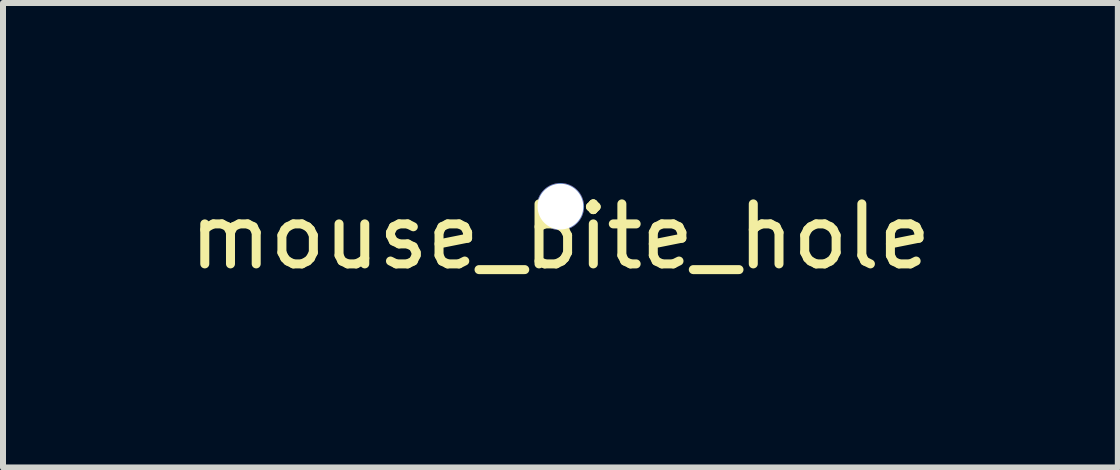
<source format=kicad_pcb>
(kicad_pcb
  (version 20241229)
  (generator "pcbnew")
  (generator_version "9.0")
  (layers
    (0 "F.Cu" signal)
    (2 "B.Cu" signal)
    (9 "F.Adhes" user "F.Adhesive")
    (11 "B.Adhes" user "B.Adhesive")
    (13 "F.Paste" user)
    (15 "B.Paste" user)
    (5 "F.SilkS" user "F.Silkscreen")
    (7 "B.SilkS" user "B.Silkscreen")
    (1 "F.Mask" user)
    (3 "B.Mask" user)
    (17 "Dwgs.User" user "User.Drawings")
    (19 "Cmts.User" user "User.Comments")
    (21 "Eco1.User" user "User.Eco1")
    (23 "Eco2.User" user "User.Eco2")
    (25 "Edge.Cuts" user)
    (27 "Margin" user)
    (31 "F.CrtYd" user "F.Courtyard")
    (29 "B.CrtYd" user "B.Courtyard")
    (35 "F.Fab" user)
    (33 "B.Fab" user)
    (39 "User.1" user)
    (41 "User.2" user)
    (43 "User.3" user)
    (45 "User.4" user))
  (footprint "mouse_bite_hole"
    (layer "F.Cu")
    (at 6.292 0.394)
    (property "Reference" "mouse_bite_hole" (at 0 0.5 0) (layer "F.SilkS") (effects (font (size 1 1) (thickness 0.15))))
    (attr through_hole)
    (pad "" np_thru_hole circle (at 0 0) (size 0.787 0.787) (drill 0.762) (layers "*.Cu" "*.Mask")))
  (gr_rect
    (start -3 -3)
    (end 15.583 4.742)
    (stroke (width 0.1) (type default))
    (fill no)
    (layer "Edge.Cuts")))
</source>
